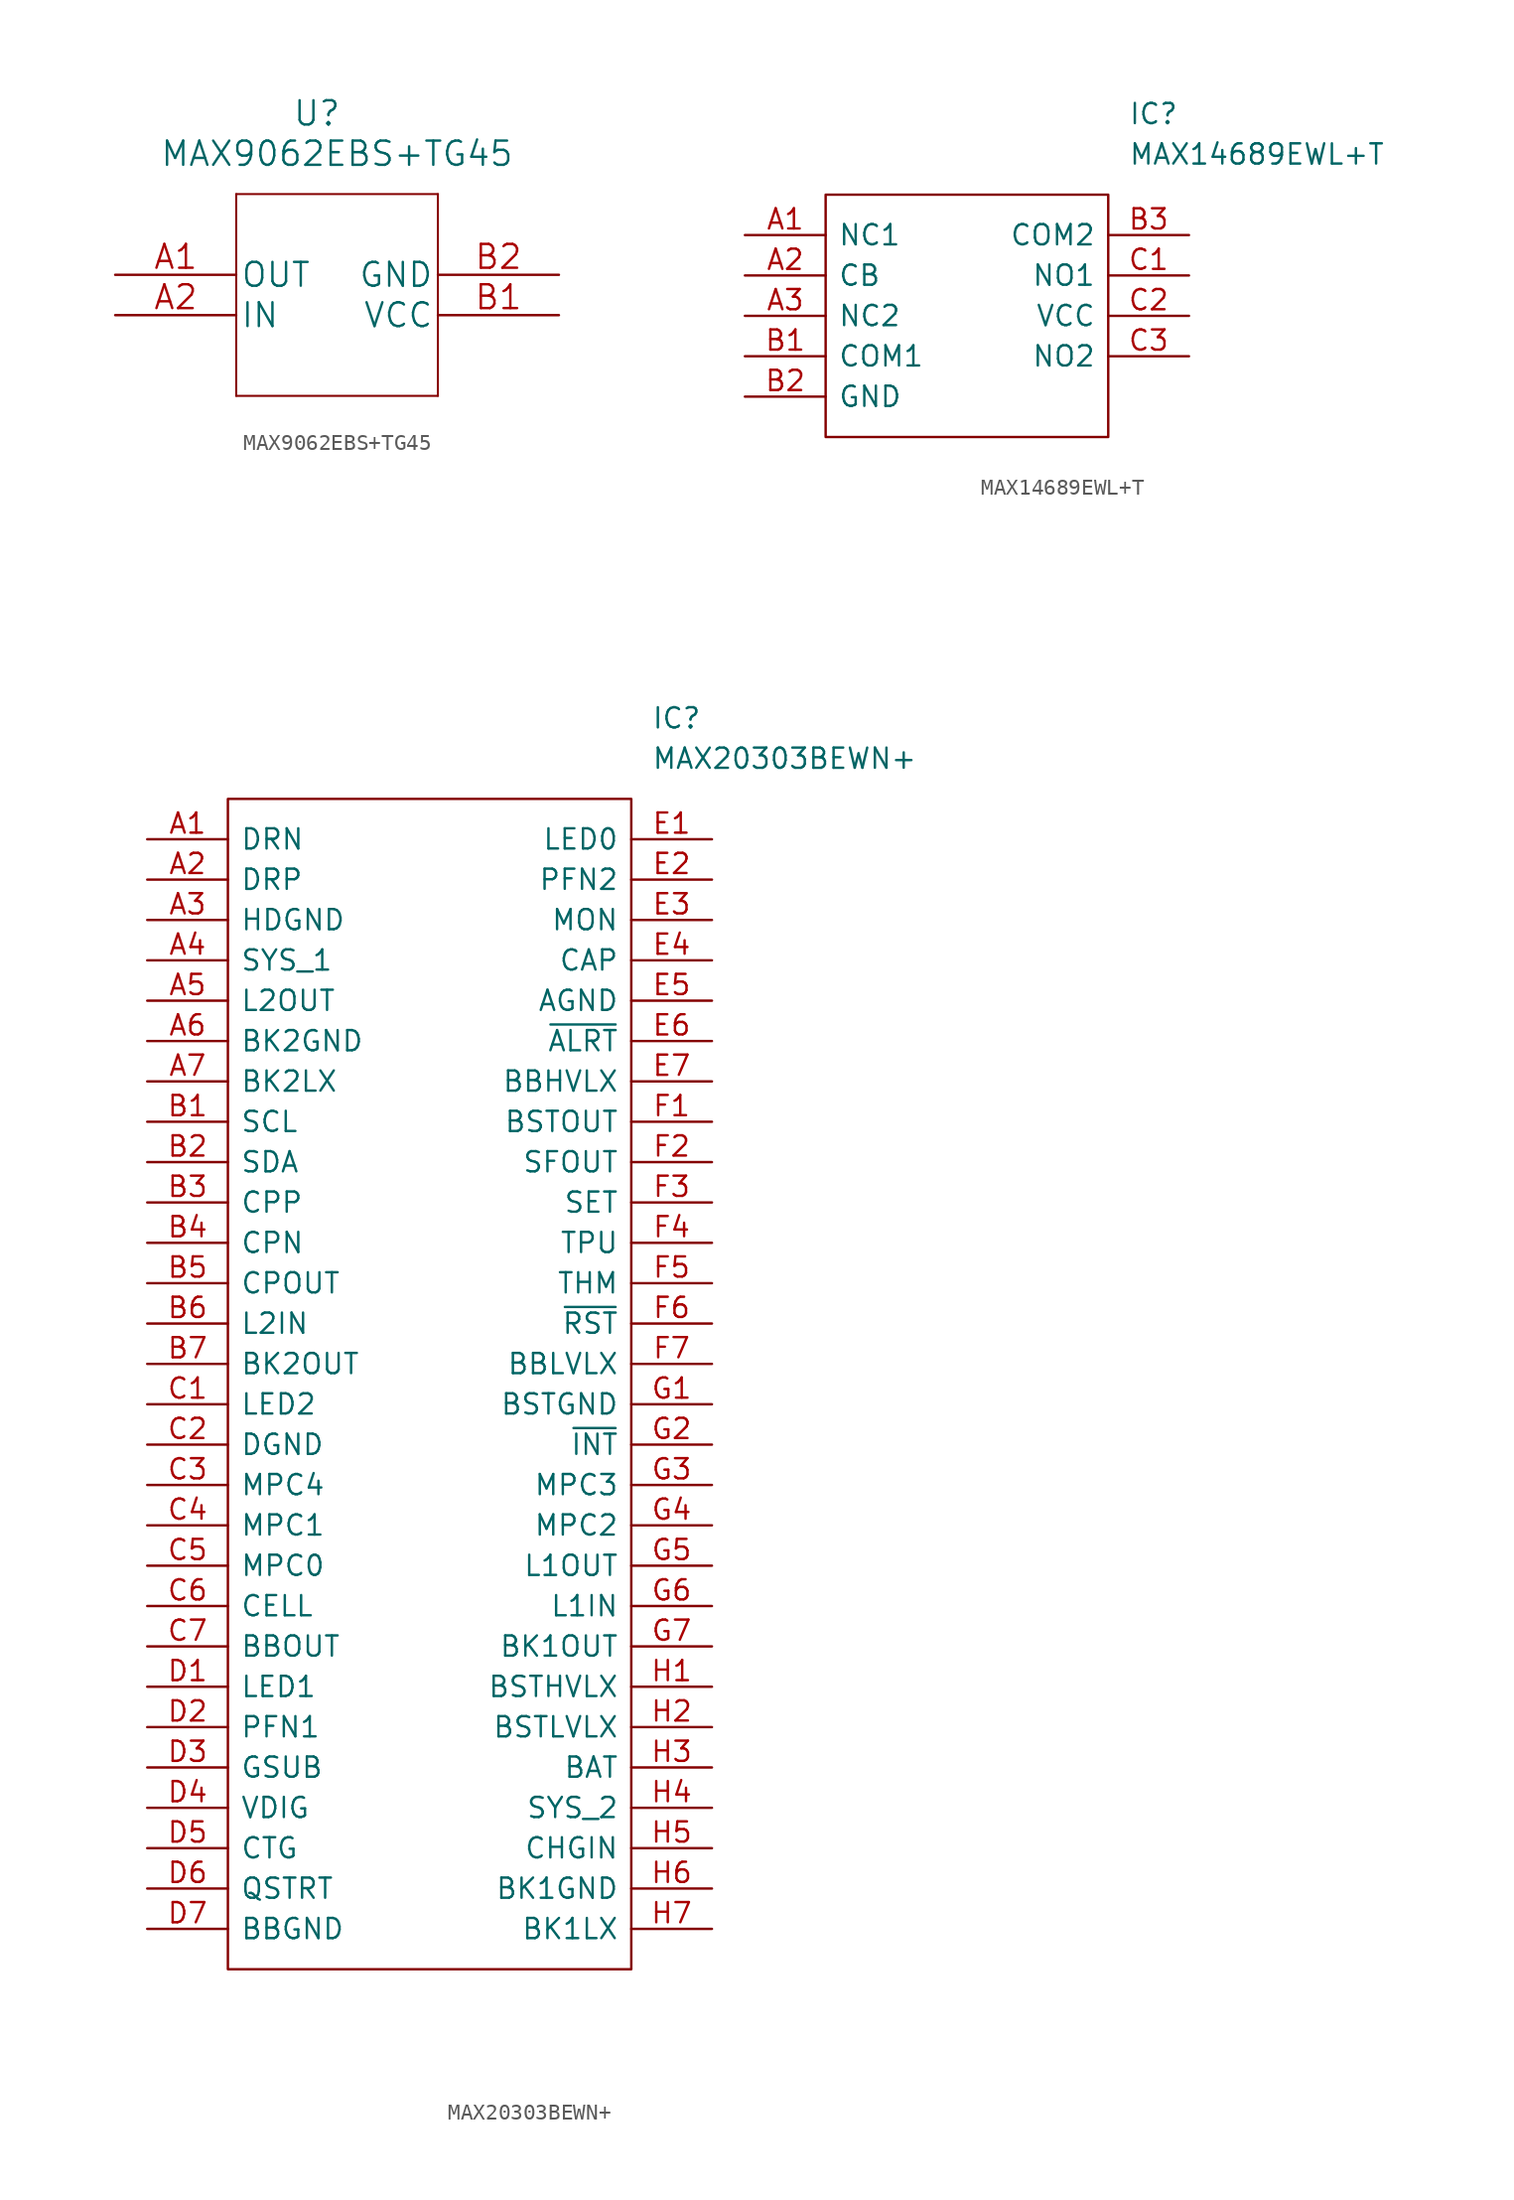
<source format=kicad_sym>
(kicad_symbol_lib
  (version 20211014)
  (generator kicad_symbol_editor)
  (symbol "MAX9062EBS+TG45"
    (pin_names
      (offset 0.254))
    (property "Reference" "U"
      (at 12.7 10.16 0)
      (effects (font (size 1.524 1.524))))
    (property "Value" "MAX9062EBS+TG45"
      (at 13.97 7.62 0)
      (effects (font (size 1.524 1.524))))
    (property "Datasheet" ""
      (at 0 0 0)
      (effects (font (size 1.524 1.524))))
    (symbol "MAX9062EBS+TG45_1_1"
      (polyline (pts (xy 7.62 -7.62) (xy 20.32 -7.62)) (stroke (width 0.127) (type default) (color 0 0 0 0)) (fill (type none)))
      (polyline (pts (xy 7.62 5.08) (xy 7.62 -7.62)) (stroke (width 0.127) (type default) (color 0 0 0 0)) (fill (type none)))
      (polyline (pts (xy 20.32 -7.62) (xy 20.32 5.08)) (stroke (width 0.127) (type default) (color 0 0 0 0)) (fill (type none)))
      (polyline (pts (xy 20.32 5.08) (xy 7.62 5.08)) (stroke (width 0.127) (type default) (color 0 0 0 0)) (fill (type none)))
      (pin tri_state line (at 0 0 0) (length 7.62) (name "OUT" (effects (font (size 1.499 1.499)))) (number "A1" (effects (font (size 1.499 1.499)))))
      (pin input line (at 0 -2.54 0) (length 7.62) (name "IN" (effects (font (size 1.499 1.499)))) (number "A2" (effects (font (size 1.499 1.499)))))
      (pin power_in line (at 27.94 -2.54 180) (length 7.62) (name "VCC" (effects (font (size 1.499 1.499)))) (number "B1" (effects (font (size 1.499 1.499)))))
      (pin power_in line (at 27.94 0 180) (length 7.62) (name "GND" (effects (font (size 1.499 1.499)))) (number "B2" (effects (font (size 1.499 1.499)))))))
  (symbol "MAX14689EWL+T"
    (pin_names
      (offset 0.762))
    (property "Reference" "IC"
      (at 24.13 7.62 0)
      (effects (font (size 1.27 1.27)) (justify left)))
    (property "Value" "MAX14689EWL+T"
      (at 24.13 5.08 0)
      (effects (font (size 1.27 1.27)) (justify left)))
    (symbol "MAX14689EWL+T_0_0"
      (pin passive line (at 0 0 0) (length 5.08) (name "NC1" (effects (font (size 1.27 1.27)))) (number "A1" (effects (font (size 1.27 1.27)))))
      (pin input line (at 0 -2.54 0) (length 5.08) (name "CB" (effects (font (size 1.27 1.27)))) (number "A2" (effects (font (size 1.27 1.27)))))
      (pin passive line (at 0 -5.08 0) (length 5.08) (name "NC2" (effects (font (size 1.27 1.27)))) (number "A3" (effects (font (size 1.27 1.27)))))
      (pin passive line (at 0 -7.62 0) (length 5.08) (name "COM1" (effects (font (size 1.27 1.27)))) (number "B1" (effects (font (size 1.27 1.27)))))
      (pin power_in line (at 0 -10.16 0) (length 5.08) (name "GND" (effects (font (size 1.27 1.27)))) (number "B2" (effects (font (size 1.27 1.27)))))
      (pin passive line (at 27.94 0 180) (length 5.08) (name "COM2" (effects (font (size 1.27 1.27)))) (number "B3" (effects (font (size 1.27 1.27)))))
      (pin passive line (at 27.94 -2.54 180) (length 5.08) (name "NO1" (effects (font (size 1.27 1.27)))) (number "C1" (effects (font (size 1.27 1.27)))))
      (pin power_in line (at 27.94 -5.08 180) (length 5.08) (name "VCC" (effects (font (size 1.27 1.27)))) (number "C2" (effects (font (size 1.27 1.27)))))
      (pin passive line (at 27.94 -7.62 180) (length 5.08) (name "NO2" (effects (font (size 1.27 1.27)))) (number "C3" (effects (font (size 1.27 1.27))))))
    (symbol "MAX14689EWL+T_0_1"
      (polyline (pts (xy 5.08 2.54) (xy 22.86 2.54) (xy 22.86 -12.7) (xy 5.08 -12.7) (xy 5.08 2.54)) (stroke (width 0.152) (type default) (color 0 0 0 0)) (fill (type none)))))
  (symbol "MAX20303BEWN+"
    (pin_names
      (offset 0.762))
    (property "Reference" "IC"
      (at 31.75 7.62 0)
      (effects (font (size 1.27 1.27)) (justify left)))
    (property "Value" "MAX20303BEWN+"
      (at 31.75 5.08 0)
      (effects (font (size 1.27 1.27)) (justify left)))
    (symbol "MAX20303BEWN+_0_0"
      (pin passive line (at 0 0 0) (length 5.08) (name "DRN" (effects (font (size 1.27 1.27)))) (number "A1" (effects (font (size 1.27 1.27)))))
      (pin passive line (at 0 -2.54 0) (length 5.08) (name "DRP" (effects (font (size 1.27 1.27)))) (number "A2" (effects (font (size 1.27 1.27)))))
      (pin passive line (at 0 -5.08 0) (length 5.08) (name "HDGND" (effects (font (size 1.27 1.27)))) (number "A3" (effects (font (size 1.27 1.27)))))
      (pin passive line (at 0 -7.62 0) (length 5.08) (name "SYS_1" (effects (font (size 1.27 1.27)))) (number "A4" (effects (font (size 1.27 1.27)))))
      (pin passive line (at 0 -10.16 0) (length 5.08) (name "L2OUT" (effects (font (size 1.27 1.27)))) (number "A5" (effects (font (size 1.27 1.27)))))
      (pin passive line (at 0 -12.7 0) (length 5.08) (name "BK2GND" (effects (font (size 1.27 1.27)))) (number "A6" (effects (font (size 1.27 1.27)))))
      (pin passive line (at 0 -15.24 0) (length 5.08) (name "BK2LX" (effects (font (size 1.27 1.27)))) (number "A7" (effects (font (size 1.27 1.27)))))
      (pin passive line (at 0 -17.78 0) (length 5.08) (name "SCL" (effects (font (size 1.27 1.27)))) (number "B1" (effects (font (size 1.27 1.27)))))
      (pin passive line (at 0 -20.32 0) (length 5.08) (name "SDA" (effects (font (size 1.27 1.27)))) (number "B2" (effects (font (size 1.27 1.27)))))
      (pin passive line (at 0 -22.86 0) (length 5.08) (name "CPP" (effects (font (size 1.27 1.27)))) (number "B3" (effects (font (size 1.27 1.27)))))
      (pin passive line (at 0 -25.4 0) (length 5.08) (name "CPN" (effects (font (size 1.27 1.27)))) (number "B4" (effects (font (size 1.27 1.27)))))
      (pin passive line (at 0 -27.94 0) (length 5.08) (name "CPOUT" (effects (font (size 1.27 1.27)))) (number "B5" (effects (font (size 1.27 1.27)))))
      (pin passive line (at 0 -30.48 0) (length 5.08) (name "L2IN" (effects (font (size 1.27 1.27)))) (number "B6" (effects (font (size 1.27 1.27)))))
      (pin passive line (at 0 -33.02 0) (length 5.08) (name "BK2OUT" (effects (font (size 1.27 1.27)))) (number "B7" (effects (font (size 1.27 1.27)))))
      (pin passive line (at 0 -35.56 0) (length 5.08) (name "LED2" (effects (font (size 1.27 1.27)))) (number "C1" (effects (font (size 1.27 1.27)))))
      (pin passive line (at 0 -38.1 0) (length 5.08) (name "DGND" (effects (font (size 1.27 1.27)))) (number "C2" (effects (font (size 1.27 1.27)))))
      (pin passive line (at 0 -40.64 0) (length 5.08) (name "MPC4" (effects (font (size 1.27 1.27)))) (number "C3" (effects (font (size 1.27 1.27)))))
      (pin passive line (at 0 -43.18 0) (length 5.08) (name "MPC1" (effects (font (size 1.27 1.27)))) (number "C4" (effects (font (size 1.27 1.27)))))
      (pin passive line (at 0 -45.72 0) (length 5.08) (name "MPC0" (effects (font (size 1.27 1.27)))) (number "C5" (effects (font (size 1.27 1.27)))))
      (pin passive line (at 0 -48.26 0) (length 5.08) (name "CELL" (effects (font (size 1.27 1.27)))) (number "C6" (effects (font (size 1.27 1.27)))))
      (pin passive line (at 0 -50.8 0) (length 5.08) (name "BBOUT" (effects (font (size 1.27 1.27)))) (number "C7" (effects (font (size 1.27 1.27)))))
      (pin passive line (at 0 -53.34 0) (length 5.08) (name "LED1" (effects (font (size 1.27 1.27)))) (number "D1" (effects (font (size 1.27 1.27)))))
      (pin passive line (at 0 -55.88 0) (length 5.08) (name "PFN1" (effects (font (size 1.27 1.27)))) (number "D2" (effects (font (size 1.27 1.27)))))
      (pin passive line (at 0 -58.42 0) (length 5.08) (name "GSUB" (effects (font (size 1.27 1.27)))) (number "D3" (effects (font (size 1.27 1.27)))))
      (pin passive line (at 0 -60.96 0) (length 5.08) (name "VDIG" (effects (font (size 1.27 1.27)))) (number "D4" (effects (font (size 1.27 1.27)))))
      (pin passive line (at 0 -63.5 0) (length 5.08) (name "CTG" (effects (font (size 1.27 1.27)))) (number "D5" (effects (font (size 1.27 1.27)))))
      (pin passive line (at 0 -66.04 0) (length 5.08) (name "QSTRT" (effects (font (size 1.27 1.27)))) (number "D6" (effects (font (size 1.27 1.27)))))
      (pin passive line (at 0 -68.58 0) (length 5.08) (name "BBGND" (effects (font (size 1.27 1.27)))) (number "D7" (effects (font (size 1.27 1.27)))))
      (pin passive line (at 35.56 0 180) (length 5.08) (name "LED0" (effects (font (size 1.27 1.27)))) (number "E1" (effects (font (size 1.27 1.27)))))
      (pin passive line (at 35.56 -2.54 180) (length 5.08) (name "PFN2" (effects (font (size 1.27 1.27)))) (number "E2" (effects (font (size 1.27 1.27)))))
      (pin passive line (at 35.56 -5.08 180) (length 5.08) (name "MON" (effects (font (size 1.27 1.27)))) (number "E3" (effects (font (size 1.27 1.27)))))
      (pin passive line (at 35.56 -7.62 180) (length 5.08) (name "CAP" (effects (font (size 1.27 1.27)))) (number "E4" (effects (font (size 1.27 1.27)))))
      (pin passive line (at 35.56 -10.16 180) (length 5.08) (name "AGND" (effects (font (size 1.27 1.27)))) (number "E5" (effects (font (size 1.27 1.27)))))
      (pin passive line (at 35.56 -12.7 180) (length 5.08) (name "~{ALRT}" (effects (font (size 1.27 1.27)))) (number "E6" (effects (font (size 1.27 1.27)))))
      (pin passive line (at 35.56 -15.24 180) (length 5.08) (name "BBHVLX" (effects (font (size 1.27 1.27)))) (number "E7" (effects (font (size 1.27 1.27)))))
      (pin passive line (at 35.56 -17.78 180) (length 5.08) (name "BSTOUT" (effects (font (size 1.27 1.27)))) (number "F1" (effects (font (size 1.27 1.27)))))
      (pin passive line (at 35.56 -20.32 180) (length 5.08) (name "SFOUT" (effects (font (size 1.27 1.27)))) (number "F2" (effects (font (size 1.27 1.27)))))
      (pin passive line (at 35.56 -22.86 180) (length 5.08) (name "SET" (effects (font (size 1.27 1.27)))) (number "F3" (effects (font (size 1.27 1.27)))))
      (pin passive line (at 35.56 -25.4 180) (length 5.08) (name "TPU" (effects (font (size 1.27 1.27)))) (number "F4" (effects (font (size 1.27 1.27)))))
      (pin passive line (at 35.56 -27.94 180) (length 5.08) (name "THM" (effects (font (size 1.27 1.27)))) (number "F5" (effects (font (size 1.27 1.27)))))
      (pin passive line (at 35.56 -30.48 180) (length 5.08) (name "~{RST}" (effects (font (size 1.27 1.27)))) (number "F6" (effects (font (size 1.27 1.27)))))
      (pin passive line (at 35.56 -33.02 180) (length 5.08) (name "BBLVLX" (effects (font (size 1.27 1.27)))) (number "F7" (effects (font (size 1.27 1.27)))))
      (pin passive line (at 35.56 -35.56 180) (length 5.08) (name "BSTGND" (effects (font (size 1.27 1.27)))) (number "G1" (effects (font (size 1.27 1.27)))))
      (pin passive line (at 35.56 -38.1 180) (length 5.08) (name "~{INT}" (effects (font (size 1.27 1.27)))) (number "G2" (effects (font (size 1.27 1.27)))))
      (pin passive line (at 35.56 -40.64 180) (length 5.08) (name "MPC3" (effects (font (size 1.27 1.27)))) (number "G3" (effects (font (size 1.27 1.27)))))
      (pin passive line (at 35.56 -43.18 180) (length 5.08) (name "MPC2" (effects (font (size 1.27 1.27)))) (number "G4" (effects (font (size 1.27 1.27)))))
      (pin passive line (at 35.56 -45.72 180) (length 5.08) (name "L1OUT" (effects (font (size 1.27 1.27)))) (number "G5" (effects (font (size 1.27 1.27)))))
      (pin passive line (at 35.56 -48.26 180) (length 5.08) (name "L1IN" (effects (font (size 1.27 1.27)))) (number "G6" (effects (font (size 1.27 1.27)))))
      (pin passive line (at 35.56 -50.8 180) (length 5.08) (name "BK1OUT" (effects (font (size 1.27 1.27)))) (number "G7" (effects (font (size 1.27 1.27)))))
      (pin passive line (at 35.56 -53.34 180) (length 5.08) (name "BSTHVLX" (effects (font (size 1.27 1.27)))) (number "H1" (effects (font (size 1.27 1.27)))))
      (pin passive line (at 35.56 -55.88 180) (length 5.08) (name "BSTLVLX" (effects (font (size 1.27 1.27)))) (number "H2" (effects (font (size 1.27 1.27)))))
      (pin passive line (at 35.56 -58.42 180) (length 5.08) (name "BAT" (effects (font (size 1.27 1.27)))) (number "H3" (effects (font (size 1.27 1.27)))))
      (pin passive line (at 35.56 -60.96 180) (length 5.08) (name "SYS_2" (effects (font (size 1.27 1.27)))) (number "H4" (effects (font (size 1.27 1.27)))))
      (pin passive line (at 35.56 -63.5 180) (length 5.08) (name "CHGIN" (effects (font (size 1.27 1.27)))) (number "H5" (effects (font (size 1.27 1.27)))))
      (pin passive line (at 35.56 -66.04 180) (length 5.08) (name "BK1GND" (effects (font (size 1.27 1.27)))) (number "H6" (effects (font (size 1.27 1.27)))))
      (pin passive line (at 35.56 -68.58 180) (length 5.08) (name "BK1LX" (effects (font (size 1.27 1.27)))) (number "H7" (effects (font (size 1.27 1.27))))))
    (symbol "MAX20303BEWN+_0_1"
      (polyline (pts (xy 5.08 2.54) (xy 30.48 2.54) (xy 30.48 -71.12) (xy 5.08 -71.12) (xy 5.08 2.54)) (stroke (width 0.152) (type default) (color 0 0 0 0)) (fill (type none))))))
</source>
